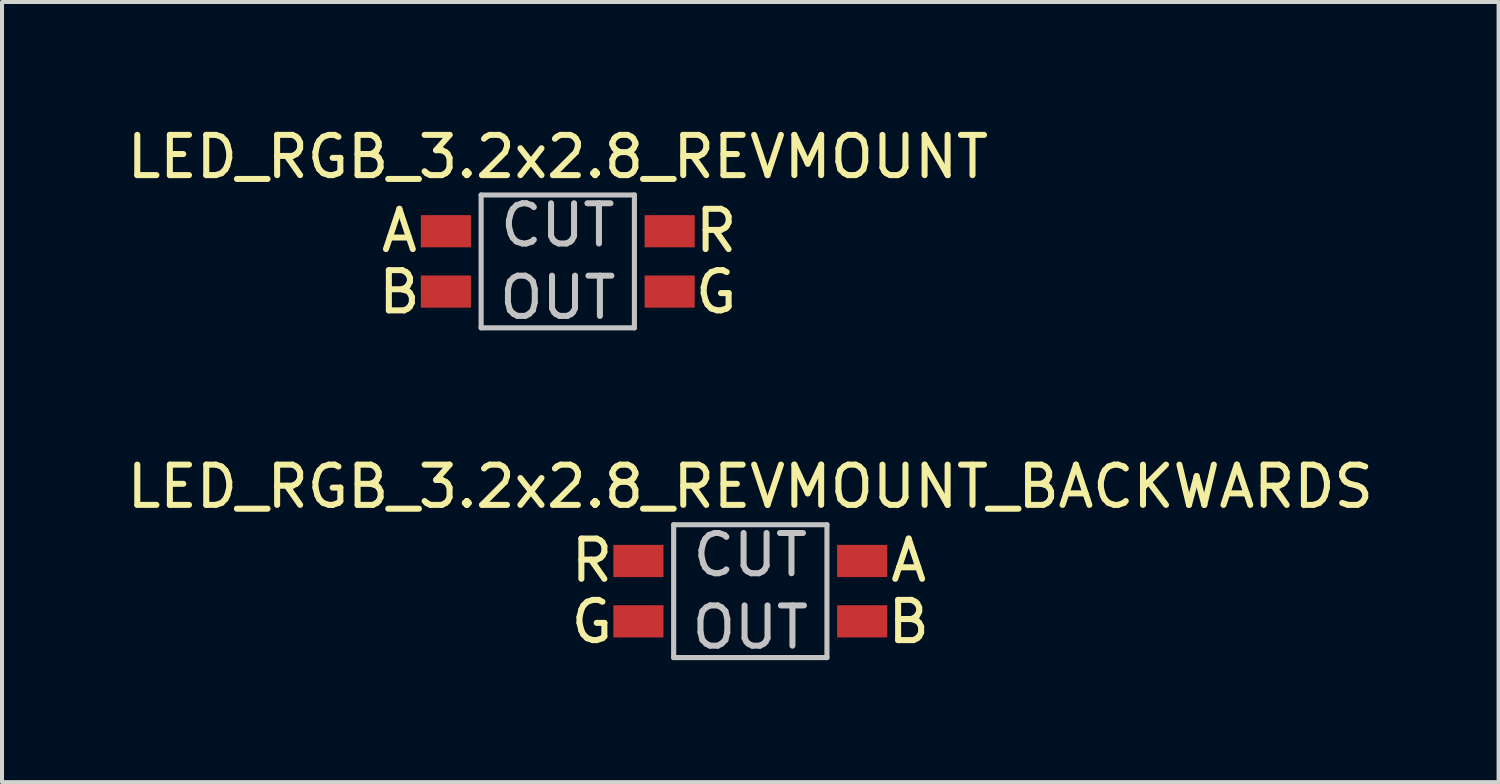
<source format=kicad_pcb>
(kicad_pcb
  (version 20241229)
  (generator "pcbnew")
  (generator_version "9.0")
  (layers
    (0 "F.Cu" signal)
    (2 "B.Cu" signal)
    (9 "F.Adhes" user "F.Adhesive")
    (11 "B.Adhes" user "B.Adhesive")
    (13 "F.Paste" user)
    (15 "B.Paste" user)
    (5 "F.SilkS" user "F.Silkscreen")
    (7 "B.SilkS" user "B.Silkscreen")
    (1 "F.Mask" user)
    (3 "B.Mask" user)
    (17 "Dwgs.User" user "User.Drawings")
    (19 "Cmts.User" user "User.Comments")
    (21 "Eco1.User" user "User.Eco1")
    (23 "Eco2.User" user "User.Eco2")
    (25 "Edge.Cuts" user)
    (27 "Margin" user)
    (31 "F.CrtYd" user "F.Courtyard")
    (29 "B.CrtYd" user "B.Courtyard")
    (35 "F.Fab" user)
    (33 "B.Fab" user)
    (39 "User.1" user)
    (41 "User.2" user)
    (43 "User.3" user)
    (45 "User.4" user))
  (footprint "LED_RGB_3.2x2.8_REVMOUNT_BACKWARDS"
    (layer "F.Cu")
    (at 15.601 11.645)
    (property "Reference" "LED_RGB_3.2x2.8_REVMOUNT_BACKWARDS" (at 0 -2.6 0) (layer "F.SilkS") (effects (font (size 1 1) (thickness 0.15))))
    (attr smd)
    (fp_line (start -1.905 -1.651) (end 1.905 -1.651) (stroke (width 0.127) (type solid)) (layer "Dwgs.User"))
    (fp_line (start -1.905 1.651) (end -1.905 -1.651) (stroke (width 0.127) (type solid)) (layer "Dwgs.User"))
    (fp_line (start 1.905 -1.651) (end 1.905 1.651) (stroke (width 0.127) (type solid)) (layer "Dwgs.User"))
    (fp_line (start 1.905 1.651) (end -1.905 1.651) (stroke (width 0.127) (type solid)) (layer "Dwgs.User"))
    (fp_text user "G" (at -3.937 0.762 0) (layer "F.SilkS") (effects (font (size 1 1) (thickness 0.15))))
    (fp_text user "B" (at 3.937 0.762 0) (layer "F.SilkS") (effects (font (size 1 1) (thickness 0.15))))
    (fp_text user "R" (at -3.937 -0.762 0) (layer "F.SilkS") (effects (font (size 1 1) (thickness 0.15))))
    (fp_text user "A" (at 3.937 -0.762 0) (layer "F.SilkS") (effects (font (size 1 1) (thickness 0.15))))
    (fp_text user "OUT" (at 0 0.9 0) (layer "Dwgs.User") (effects (font (size 1 1) (thickness 0.15))))
    (fp_text user "CUT" (at 0 -0.9 0) (layer "Dwgs.User") (effects (font (size 1 1) (thickness 0.15))))
    (pad "1" smd rect (at 2.781 -0.75) (size 1.245 0.8) (layers "F.Cu" "F.Mask" "F.Paste"))
    (pad "2" smd rect (at -2.781 -0.75) (size 1.245 0.8) (layers "F.Cu" "F.Mask" "F.Paste"))
    (pad "3" smd rect (at -2.781 0.75) (size 1.245 0.8) (layers "F.Cu" "F.Mask" "F.Paste"))
    (pad "4" smd rect (at 2.781 0.75) (size 1.245 0.8) (layers "F.Cu" "F.Mask" "F.Paste")))
  (footprint "LED_RGB_3.2x2.8_REVMOUNT"
    (layer "F.Cu")
    (at 10.815 3.448)
    (property "Reference" "LED_RGB_3.2x2.8_REVMOUNT" (at 0 -2.6 0) (layer "F.SilkS") (effects (font (size 1 1) (thickness 0.15))))
    (attr smd)
    (fp_line (start -1.905 -1.651) (end 1.905 -1.651) (stroke (width 0.127) (type solid)) (layer "Dwgs.User"))
    (fp_line (start -1.905 1.651) (end -1.905 -1.651) (stroke (width 0.127) (type solid)) (layer "Dwgs.User"))
    (fp_line (start 1.905 -1.651) (end 1.905 1.651) (stroke (width 0.127) (type solid)) (layer "Dwgs.User"))
    (fp_line (start 1.905 1.651) (end -1.905 1.651) (stroke (width 0.127) (type solid)) (layer "Dwgs.User"))
    (fp_text user "A" (at -3.937 -0.762 0) (layer "F.SilkS") (effects (font (size 1 1) (thickness 0.15))))
    (fp_text user "R" (at 3.937 -0.762 0) (layer "F.SilkS") (effects (font (size 1 1) (thickness 0.15))))
    (fp_text user "B" (at -3.937 0.762 0) (layer "F.SilkS") (effects (font (size 1 1) (thickness 0.15))))
    (fp_text user "G" (at 3.937 0.762 0) (layer "F.SilkS") (effects (font (size 1 1) (thickness 0.15))))
    (fp_text user "CUT" (at 0 -0.9 0) (layer "Dwgs.User") (effects (font (size 1 1) (thickness 0.15))))
    (fp_text user "OUT" (at 0 0.9 0) (layer "Dwgs.User") (effects (font (size 1 1) (thickness 0.15))))
    (pad "1" smd rect (at -2.781 -0.75) (size 1.245 0.8) (layers "F.Cu" "F.Mask" "F.Paste"))
    (pad "2" smd rect (at 2.781 -0.75) (size 1.245 0.8) (layers "F.Cu" "F.Mask" "F.Paste"))
    (pad "3" smd rect (at 2.781 0.75) (size 1.245 0.8) (layers "F.Cu" "F.Mask" "F.Paste"))
    (pad "4" smd rect (at -2.781 0.75) (size 1.245 0.8) (layers "F.Cu" "F.Mask" "F.Paste")))
  (gr_rect
    (start -3 -3)
    (end 34.202 16.393)
    (stroke (width 0.1) (type default))
    (fill no)
    (layer "Edge.Cuts")))
</source>
